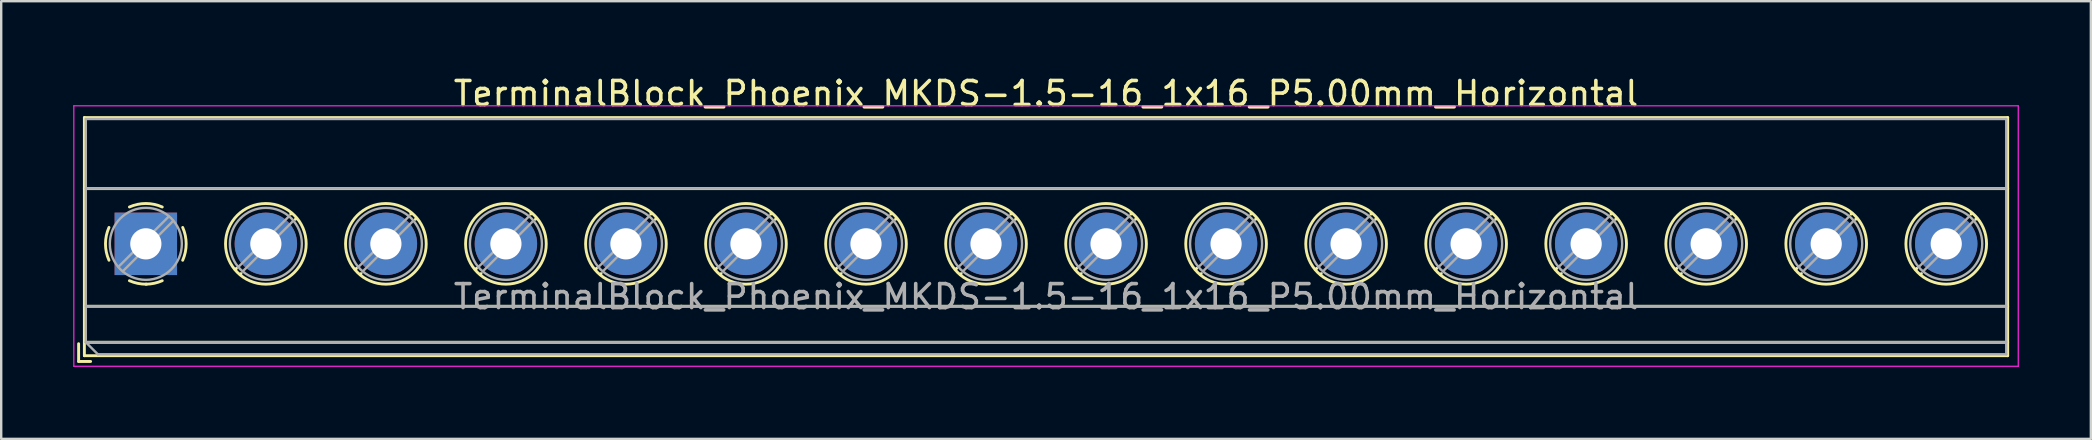
<source format=kicad_pcb>
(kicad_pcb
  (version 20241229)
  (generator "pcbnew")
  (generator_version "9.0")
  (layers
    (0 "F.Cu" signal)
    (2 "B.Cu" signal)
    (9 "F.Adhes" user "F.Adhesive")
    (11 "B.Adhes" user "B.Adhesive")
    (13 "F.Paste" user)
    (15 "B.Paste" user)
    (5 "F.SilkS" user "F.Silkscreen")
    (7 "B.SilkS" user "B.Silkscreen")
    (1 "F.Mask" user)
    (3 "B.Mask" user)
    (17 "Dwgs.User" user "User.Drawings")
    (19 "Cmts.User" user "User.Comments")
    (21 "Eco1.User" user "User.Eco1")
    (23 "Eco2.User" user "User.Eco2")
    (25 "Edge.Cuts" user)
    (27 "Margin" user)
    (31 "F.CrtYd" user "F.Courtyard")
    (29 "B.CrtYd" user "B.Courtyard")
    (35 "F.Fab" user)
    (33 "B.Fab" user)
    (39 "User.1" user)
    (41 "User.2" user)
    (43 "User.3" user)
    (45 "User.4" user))
  (footprint "TerminalBlock_Phoenix_MKDS-1.5-16_1x16_P5.00mm_Horizontal"
    (layer "F.Cu")
    (at 3.025 7.108)
    (property "Reference" "TerminalBlock_Phoenix_MKDS-1.5-16_1x16_P5.00mm_Horizontal" (at 37.5 -6.26 0) (layer "F.SilkS") (effects (font (size 1 1) (thickness 0.15))))
    (attr through_hole)
    (fp_line (start -2.8 4.16) (end -2.8 4.9) (stroke (width 0.12) (type solid)) (layer "F.SilkS"))
    (fp_line (start -2.8 4.9) (end -2.3 4.9) (stroke (width 0.12) (type solid)) (layer "F.SilkS"))
    (fp_line (start -2.56 -5.261) (end -2.56 4.66) (stroke (width 0.12) (type solid)) (layer "F.SilkS"))
    (fp_line (start -2.56 -5.261) (end 77.56 -5.261) (stroke (width 0.12) (type solid)) (layer "F.SilkS"))
    (fp_line (start -2.56 -2.301) (end 77.56 -2.301) (stroke (width 0.12) (type solid)) (layer "F.SilkS"))
    (fp_line (start -2.56 2.6) (end 77.56 2.6) (stroke (width 0.12) (type solid)) (layer "F.SilkS"))
    (fp_line (start -2.56 4.1) (end 77.56 4.1) (stroke (width 0.12) (type solid)) (layer "F.SilkS"))
    (fp_line (start -2.56 4.66) (end 77.56 4.66) (stroke (width 0.12) (type solid)) (layer "F.SilkS"))
    (fp_line (start 3.773 1.023) (end 3.726 1.069) (stroke (width 0.12) (type solid)) (layer "F.SilkS"))
    (fp_line (start 3.966 1.239) (end 3.931 1.274) (stroke (width 0.12) (type solid)) (layer "F.SilkS"))
    (fp_line (start 6.07 -1.275) (end 6.035 -1.239) (stroke (width 0.12) (type solid)) (layer "F.SilkS"))
    (fp_line (start 6.275 -1.069) (end 6.228 -1.023) (stroke (width 0.12) (type solid)) (layer "F.SilkS"))
    (fp_line (start 8.773 1.023) (end 8.726 1.069) (stroke (width 0.12) (type solid)) (layer "F.SilkS"))
    (fp_line (start 8.966 1.239) (end 8.931 1.274) (stroke (width 0.12) (type solid)) (layer "F.SilkS"))
    (fp_line (start 11.07 -1.275) (end 11.035 -1.239) (stroke (width 0.12) (type solid)) (layer "F.SilkS"))
    (fp_line (start 11.275 -1.069) (end 11.228 -1.023) (stroke (width 0.12) (type solid)) (layer "F.SilkS"))
    (fp_line (start 13.773 1.023) (end 13.726 1.069) (stroke (width 0.12) (type solid)) (layer "F.SilkS"))
    (fp_line (start 13.966 1.239) (end 13.931 1.274) (stroke (width 0.12) (type solid)) (layer "F.SilkS"))
    (fp_line (start 16.07 -1.275) (end 16.035 -1.239) (stroke (width 0.12) (type solid)) (layer "F.SilkS"))
    (fp_line (start 16.275 -1.069) (end 16.228 -1.023) (stroke (width 0.12) (type solid)) (layer "F.SilkS"))
    (fp_line (start 18.773 1.023) (end 18.726 1.069) (stroke (width 0.12) (type solid)) (layer "F.SilkS"))
    (fp_line (start 18.966 1.239) (end 18.931 1.274) (stroke (width 0.12) (type solid)) (layer "F.SilkS"))
    (fp_line (start 21.07 -1.275) (end 21.035 -1.239) (stroke (width 0.12) (type solid)) (layer "F.SilkS"))
    (fp_line (start 21.275 -1.069) (end 21.228 -1.023) (stroke (width 0.12) (type solid)) (layer "F.SilkS"))
    (fp_line (start 23.773 1.023) (end 23.726 1.069) (stroke (width 0.12) (type solid)) (layer "F.SilkS"))
    (fp_line (start 23.966 1.239) (end 23.931 1.274) (stroke (width 0.12) (type solid)) (layer "F.SilkS"))
    (fp_line (start 26.07 -1.275) (end 26.035 -1.239) (stroke (width 0.12) (type solid)) (layer "F.SilkS"))
    (fp_line (start 26.275 -1.069) (end 26.228 -1.023) (stroke (width 0.12) (type solid)) (layer "F.SilkS"))
    (fp_line (start 28.773 1.023) (end 28.726 1.069) (stroke (width 0.12) (type solid)) (layer "F.SilkS"))
    (fp_line (start 28.966 1.239) (end 28.931 1.274) (stroke (width 0.12) (type solid)) (layer "F.SilkS"))
    (fp_line (start 31.07 -1.275) (end 31.035 -1.239) (stroke (width 0.12) (type solid)) (layer "F.SilkS"))
    (fp_line (start 31.275 -1.069) (end 31.228 -1.023) (stroke (width 0.12) (type solid)) (layer "F.SilkS"))
    (fp_line (start 33.773 1.023) (end 33.726 1.069) (stroke (width 0.12) (type solid)) (layer "F.SilkS"))
    (fp_line (start 33.966 1.239) (end 33.931 1.274) (stroke (width 0.12) (type solid)) (layer "F.SilkS"))
    (fp_line (start 36.07 -1.275) (end 36.035 -1.239) (stroke (width 0.12) (type solid)) (layer "F.SilkS"))
    (fp_line (start 36.275 -1.069) (end 36.228 -1.023) (stroke (width 0.12) (type solid)) (layer "F.SilkS"))
    (fp_line (start 38.773 1.023) (end 38.726 1.069) (stroke (width 0.12) (type solid)) (layer "F.SilkS"))
    (fp_line (start 38.966 1.239) (end 38.931 1.274) (stroke (width 0.12) (type solid)) (layer "F.SilkS"))
    (fp_line (start 41.07 -1.275) (end 41.035 -1.239) (stroke (width 0.12) (type solid)) (layer "F.SilkS"))
    (fp_line (start 41.275 -1.069) (end 41.228 -1.023) (stroke (width 0.12) (type solid)) (layer "F.SilkS"))
    (fp_line (start 43.773 1.023) (end 43.726 1.069) (stroke (width 0.12) (type solid)) (layer "F.SilkS"))
    (fp_line (start 43.966 1.239) (end 43.931 1.274) (stroke (width 0.12) (type solid)) (layer "F.SilkS"))
    (fp_line (start 46.07 -1.275) (end 46.035 -1.239) (stroke (width 0.12) (type solid)) (layer "F.SilkS"))
    (fp_line (start 46.275 -1.069) (end 46.228 -1.023) (stroke (width 0.12) (type solid)) (layer "F.SilkS"))
    (fp_line (start 48.773 1.023) (end 48.726 1.069) (stroke (width 0.12) (type solid)) (layer "F.SilkS"))
    (fp_line (start 48.966 1.239) (end 48.931 1.274) (stroke (width 0.12) (type solid)) (layer "F.SilkS"))
    (fp_line (start 51.07 -1.275) (end 51.035 -1.239) (stroke (width 0.12) (type solid)) (layer "F.SilkS"))
    (fp_line (start 51.275 -1.069) (end 51.228 -1.023) (stroke (width 0.12) (type solid)) (layer "F.SilkS"))
    (fp_line (start 53.773 1.023) (end 53.726 1.069) (stroke (width 0.12) (type solid)) (layer "F.SilkS"))
    (fp_line (start 53.966 1.239) (end 53.931 1.274) (stroke (width 0.12) (type solid)) (layer "F.SilkS"))
    (fp_line (start 56.07 -1.275) (end 56.035 -1.239) (stroke (width 0.12) (type solid)) (layer "F.SilkS"))
    (fp_line (start 56.275 -1.069) (end 56.228 -1.023) (stroke (width 0.12) (type solid)) (layer "F.SilkS"))
    (fp_line (start 58.773 1.023) (end 58.726 1.069) (stroke (width 0.12) (type solid)) (layer "F.SilkS"))
    (fp_line (start 58.966 1.239) (end 58.931 1.274) (stroke (width 0.12) (type solid)) (layer "F.SilkS"))
    (fp_line (start 61.07 -1.275) (end 61.035 -1.239) (stroke (width 0.12) (type solid)) (layer "F.SilkS"))
    (fp_line (start 61.275 -1.069) (end 61.228 -1.023) (stroke (width 0.12) (type solid)) (layer "F.SilkS"))
    (fp_line (start 63.773 1.023) (end 63.726 1.069) (stroke (width 0.12) (type solid)) (layer "F.SilkS"))
    (fp_line (start 63.966 1.239) (end 63.931 1.274) (stroke (width 0.12) (type solid)) (layer "F.SilkS"))
    (fp_line (start 66.07 -1.275) (end 66.035 -1.239) (stroke (width 0.12) (type solid)) (layer "F.SilkS"))
    (fp_line (start 66.275 -1.069) (end 66.228 -1.023) (stroke (width 0.12) (type solid)) (layer "F.SilkS"))
    (fp_line (start 68.773 1.023) (end 68.726 1.069) (stroke (width 0.12) (type solid)) (layer "F.SilkS"))
    (fp_line (start 68.966 1.239) (end 68.931 1.274) (stroke (width 0.12) (type solid)) (layer "F.SilkS"))
    (fp_line (start 71.07 -1.275) (end 71.035 -1.239) (stroke (width 0.12) (type solid)) (layer "F.SilkS"))
    (fp_line (start 71.275 -1.069) (end 71.228 -1.023) (stroke (width 0.12) (type solid)) (layer "F.SilkS"))
    (fp_line (start 73.773 1.023) (end 73.726 1.069) (stroke (width 0.12) (type solid)) (layer "F.SilkS"))
    (fp_line (start 73.966 1.239) (end 73.931 1.274) (stroke (width 0.12) (type solid)) (layer "F.SilkS"))
    (fp_line (start 76.07 -1.275) (end 76.035 -1.239) (stroke (width 0.12) (type solid)) (layer "F.SilkS"))
    (fp_line (start 76.275 -1.069) (end 76.228 -1.023) (stroke (width 0.12) (type solid)) (layer "F.SilkS"))
    (fp_line (start 77.56 -5.261) (end 77.56 4.66) (stroke (width 0.12) (type solid)) (layer "F.SilkS"))
    (fp_arc (start -1.535427 0.683042) (mid -1.680501 -0.000524) (end -1.535 -0.684) (stroke (width 0.12) (type solid)) (layer "F.SilkS"))
    (fp_arc (start -0.683042 -1.535427) (mid 0.000524 -1.680501) (end 0.684 -1.535) (stroke (width 0.12) (type solid)) (layer "F.SilkS"))
    (fp_arc (start 0.028805 1.680253) (mid -0.335551 1.646659) (end -0.684 1.535) (stroke (width 0.12) (type solid)) (layer "F.SilkS"))
    (fp_arc (start 0.683318 1.534756) (mid 0.349292 1.643288) (end 0 1.68) (stroke (width 0.12) (type solid)) (layer "F.SilkS"))
    (fp_arc (start 1.535427 -0.683042) (mid 1.680501 0.000524) (end 1.535 0.684) (stroke (width 0.12) (type solid)) (layer "F.SilkS"))
    (fp_circle (center 5 0) (end 6.68 0) (stroke (width 0.12) (type solid)) (fill no) (layer "F.SilkS"))
    (fp_circle (center 10 0) (end 11.68 0) (stroke (width 0.12) (type solid)) (fill no) (layer "F.SilkS"))
    (fp_circle (center 15 0) (end 16.68 0) (stroke (width 0.12) (type solid)) (fill no) (layer "F.SilkS"))
    (fp_circle (center 20 0) (end 21.68 0) (stroke (width 0.12) (type solid)) (fill no) (layer "F.SilkS"))
    (fp_circle (center 25 0) (end 26.68 0) (stroke (width 0.12) (type solid)) (fill no) (layer "F.SilkS"))
    (fp_circle (center 30 0) (end 31.68 0) (stroke (width 0.12) (type solid)) (fill no) (layer "F.SilkS"))
    (fp_circle (center 35 0) (end 36.68 0) (stroke (width 0.12) (type solid)) (fill no) (layer "F.SilkS"))
    (fp_circle (center 40 0) (end 41.68 0) (stroke (width 0.12) (type solid)) (fill no) (layer "F.SilkS"))
    (fp_circle (center 45 0) (end 46.68 0) (stroke (width 0.12) (type solid)) (fill no) (layer "F.SilkS"))
    (fp_circle (center 50 0) (end 51.68 0) (stroke (width 0.12) (type solid)) (fill no) (layer "F.SilkS"))
    (fp_circle (center 55 0) (end 56.68 0) (stroke (width 0.12) (type solid)) (fill no) (layer "F.SilkS"))
    (fp_circle (center 60 0) (end 61.68 0) (stroke (width 0.12) (type solid)) (fill no) (layer "F.SilkS"))
    (fp_circle (center 65 0) (end 66.68 0) (stroke (width 0.12) (type solid)) (fill no) (layer "F.SilkS"))
    (fp_circle (center 70 0) (end 71.68 0) (stroke (width 0.12) (type solid)) (fill no) (layer "F.SilkS"))
    (fp_circle (center 75 0) (end 76.68 0) (stroke (width 0.12) (type solid)) (fill no) (layer "F.SilkS"))
    (fp_line (start -3 -5.75) (end -3 5.1) (stroke (width 0.05) (type solid)) (layer "F.CrtYd"))
    (fp_line (start -3 5.1) (end 78 5.1) (stroke (width 0.05) (type solid)) (layer "F.CrtYd"))
    (fp_line (start 78 -5.75) (end -3 -5.75) (stroke (width 0.05) (type solid)) (layer "F.CrtYd"))
    (fp_line (start 78 5.1) (end 78 -5.75) (stroke (width 0.05) (type solid)) (layer "F.CrtYd"))
    (fp_line (start -2.5 -5.2) (end 77.5 -5.2) (stroke (width 0.1) (type solid)) (layer "F.Fab"))
    (fp_line (start -2.5 -2.3) (end 77.5 -2.3) (stroke (width 0.1) (type solid)) (layer "F.Fab"))
    (fp_line (start -2.5 2.6) (end 77.5 2.6) (stroke (width 0.1) (type solid)) (layer "F.Fab"))
    (fp_line (start -2.5 4.1) (end -2.5 -5.2) (stroke (width 0.1) (type solid)) (layer "F.Fab"))
    (fp_line (start -2.5 4.1) (end 77.5 4.1) (stroke (width 0.1) (type solid)) (layer "F.Fab"))
    (fp_line (start -2 4.6) (end -2.5 4.1) (stroke (width 0.1) (type solid)) (layer "F.Fab"))
    (fp_line (start 0.955 -1.138) (end -1.138 0.955) (stroke (width 0.1) (type solid)) (layer "F.Fab"))
    (fp_line (start 1.138 -0.955) (end -0.955 1.138) (stroke (width 0.1) (type solid)) (layer "F.Fab"))
    (fp_line (start 5.955 -1.138) (end 3.863 0.955) (stroke (width 0.1) (type solid)) (layer "F.Fab"))
    (fp_line (start 6.138 -0.955) (end 4.046 1.138) (stroke (width 0.1) (type solid)) (layer "F.Fab"))
    (fp_line (start 10.955 -1.138) (end 8.863 0.955) (stroke (width 0.1) (type solid)) (layer "F.Fab"))
    (fp_line (start 11.138 -0.955) (end 9.046 1.138) (stroke (width 0.1) (type solid)) (layer "F.Fab"))
    (fp_line (start 15.955 -1.138) (end 13.863 0.955) (stroke (width 0.1) (type solid)) (layer "F.Fab"))
    (fp_line (start 16.138 -0.955) (end 14.046 1.138) (stroke (width 0.1) (type solid)) (layer "F.Fab"))
    (fp_line (start 20.955 -1.138) (end 18.863 0.955) (stroke (width 0.1) (type solid)) (layer "F.Fab"))
    (fp_line (start 21.138 -0.955) (end 19.046 1.138) (stroke (width 0.1) (type solid)) (layer "F.Fab"))
    (fp_line (start 25.955 -1.138) (end 23.863 0.955) (stroke (width 0.1) (type solid)) (layer "F.Fab"))
    (fp_line (start 26.138 -0.955) (end 24.046 1.138) (stroke (width 0.1) (type solid)) (layer "F.Fab"))
    (fp_line (start 30.955 -1.138) (end 28.863 0.955) (stroke (width 0.1) (type solid)) (layer "F.Fab"))
    (fp_line (start 31.138 -0.955) (end 29.046 1.138) (stroke (width 0.1) (type solid)) (layer "F.Fab"))
    (fp_line (start 35.955 -1.138) (end 33.863 0.955) (stroke (width 0.1) (type solid)) (layer "F.Fab"))
    (fp_line (start 36.138 -0.955) (end 34.046 1.138) (stroke (width 0.1) (type solid)) (layer "F.Fab"))
    (fp_line (start 40.955 -1.138) (end 38.863 0.955) (stroke (width 0.1) (type solid)) (layer "F.Fab"))
    (fp_line (start 41.138 -0.955) (end 39.046 1.138) (stroke (width 0.1) (type solid)) (layer "F.Fab"))
    (fp_line (start 45.955 -1.138) (end 43.863 0.955) (stroke (width 0.1) (type solid)) (layer "F.Fab"))
    (fp_line (start 46.138 -0.955) (end 44.046 1.138) (stroke (width 0.1) (type solid)) (layer "F.Fab"))
    (fp_line (start 50.955 -1.138) (end 48.863 0.955) (stroke (width 0.1) (type solid)) (layer "F.Fab"))
    (fp_line (start 51.138 -0.955) (end 49.046 1.138) (stroke (width 0.1) (type solid)) (layer "F.Fab"))
    (fp_line (start 55.955 -1.138) (end 53.863 0.955) (stroke (width 0.1) (type solid)) (layer "F.Fab"))
    (fp_line (start 56.138 -0.955) (end 54.046 1.138) (stroke (width 0.1) (type solid)) (layer "F.Fab"))
    (fp_line (start 60.955 -1.138) (end 58.863 0.955) (stroke (width 0.1) (type solid)) (layer "F.Fab"))
    (fp_line (start 61.138 -0.955) (end 59.046 1.138) (stroke (width 0.1) (type solid)) (layer "F.Fab"))
    (fp_line (start 65.955 -1.138) (end 63.863 0.955) (stroke (width 0.1) (type solid)) (layer "F.Fab"))
    (fp_line (start 66.138 -0.955) (end 64.046 1.138) (stroke (width 0.1) (type solid)) (layer "F.Fab"))
    (fp_line (start 70.955 -1.138) (end 68.863 0.955) (stroke (width 0.1) (type solid)) (layer "F.Fab"))
    (fp_line (start 71.138 -0.955) (end 69.046 1.138) (stroke (width 0.1) (type solid)) (layer "F.Fab"))
    (fp_line (start 75.955 -1.138) (end 73.863 0.955) (stroke (width 0.1) (type solid)) (layer "F.Fab"))
    (fp_line (start 76.138 -0.955) (end 74.046 1.138) (stroke (width 0.1) (type solid)) (layer "F.Fab"))
    (fp_line (start 77.5 -5.2) (end 77.5 4.6) (stroke (width 0.1) (type solid)) (layer "F.Fab"))
    (fp_line (start 77.5 4.6) (end -2 4.6) (stroke (width 0.1) (type solid)) (layer "F.Fab"))
    (fp_circle (center 0 0) (end 1.5 0) (stroke (width 0.1) (type solid)) (fill no) (layer "F.Fab"))
    (fp_circle (center 5 0) (end 6.5 0) (stroke (width 0.1) (type solid)) (fill no) (layer "F.Fab"))
    (fp_circle (center 10 0) (end 11.5 0) (stroke (width 0.1) (type solid)) (fill no) (layer "F.Fab"))
    (fp_circle (center 15 0) (end 16.5 0) (stroke (width 0.1) (type solid)) (fill no) (layer "F.Fab"))
    (fp_circle (center 20 0) (end 21.5 0) (stroke (width 0.1) (type solid)) (fill no) (layer "F.Fab"))
    (fp_circle (center 25 0) (end 26.5 0) (stroke (width 0.1) (type solid)) (fill no) (layer "F.Fab"))
    (fp_circle (center 30 0) (end 31.5 0) (stroke (width 0.1) (type solid)) (fill no) (layer "F.Fab"))
    (fp_circle (center 35 0) (end 36.5 0) (stroke (width 0.1) (type solid)) (fill no) (layer "F.Fab"))
    (fp_circle (center 40 0) (end 41.5 0) (stroke (width 0.1) (type solid)) (fill no) (layer "F.Fab"))
    (fp_circle (center 45 0) (end 46.5 0) (stroke (width 0.1) (type solid)) (fill no) (layer "F.Fab"))
    (fp_circle (center 50 0) (end 51.5 0) (stroke (width 0.1) (type solid)) (fill no) (layer "F.Fab"))
    (fp_circle (center 55 0) (end 56.5 0) (stroke (width 0.1) (type solid)) (fill no) (layer "F.Fab"))
    (fp_circle (center 60 0) (end 61.5 0) (stroke (width 0.1) (type solid)) (fill no) (layer "F.Fab"))
    (fp_circle (center 65 0) (end 66.5 0) (stroke (width 0.1) (type solid)) (fill no) (layer "F.Fab"))
    (fp_circle (center 70 0) (end 71.5 0) (stroke (width 0.1) (type solid)) (fill no) (layer "F.Fab"))
    (fp_circle (center 75 0) (end 76.5 0) (stroke (width 0.1) (type solid)) (fill no) (layer "F.Fab"))
    (fp_text user "${REFERENCE}" (at 37.5 2.2 0) (layer "F.Fab") (effects (font (size 1 1) (thickness 0.15))))
    (pad "1" thru_hole rect (at 0 0) (size 2.6 2.6) (drill 1.3) (layers "*.Cu" "*.Mask"))
    (pad "2" thru_hole circle (at 5 0) (size 2.6 2.6) (drill 1.3) (layers "*.Cu" "*.Mask"))
    (pad "3" thru_hole circle (at 10 0) (size 2.6 2.6) (drill 1.3) (layers "*.Cu" "*.Mask"))
    (pad "4" thru_hole circle (at 15 0) (size 2.6 2.6) (drill 1.3) (layers "*.Cu" "*.Mask"))
    (pad "5" thru_hole circle (at 20 0) (size 2.6 2.6) (drill 1.3) (layers "*.Cu" "*.Mask"))
    (pad "6" thru_hole circle (at 25 0) (size 2.6 2.6) (drill 1.3) (layers "*.Cu" "*.Mask"))
    (pad "7" thru_hole circle (at 30 0) (size 2.6 2.6) (drill 1.3) (layers "*.Cu" "*.Mask"))
    (pad "8" thru_hole circle (at 35 0) (size 2.6 2.6) (drill 1.3) (layers "*.Cu" "*.Mask"))
    (pad "9" thru_hole circle (at 40 0) (size 2.6 2.6) (drill 1.3) (layers "*.Cu" "*.Mask"))
    (pad "10" thru_hole circle (at 45 0) (size 2.6 2.6) (drill 1.3) (layers "*.Cu" "*.Mask"))
    (pad "11" thru_hole circle (at 50 0) (size 2.6 2.6) (drill 1.3) (layers "*.Cu" "*.Mask"))
    (pad "12" thru_hole circle (at 55 0) (size 2.6 2.6) (drill 1.3) (layers "*.Cu" "*.Mask"))
    (pad "13" thru_hole circle (at 60 0) (size 2.6 2.6) (drill 1.3) (layers "*.Cu" "*.Mask"))
    (pad "14" thru_hole circle (at 65 0) (size 2.6 2.6) (drill 1.3) (layers "*.Cu" "*.Mask"))
    (pad "15" thru_hole circle (at 70 0) (size 2.6 2.6) (drill 1.3) (layers "*.Cu" "*.Mask"))
    (pad "16" thru_hole circle (at 75 0) (size 2.6 2.6) (drill 1.3) (layers "*.Cu" "*.Mask")))
  (gr_rect
    (start -3 -3)
    (end 84.05 15.233)
    (stroke (width 0.1) (type default))
    (fill no)
    (layer "Edge.Cuts")))
</source>
